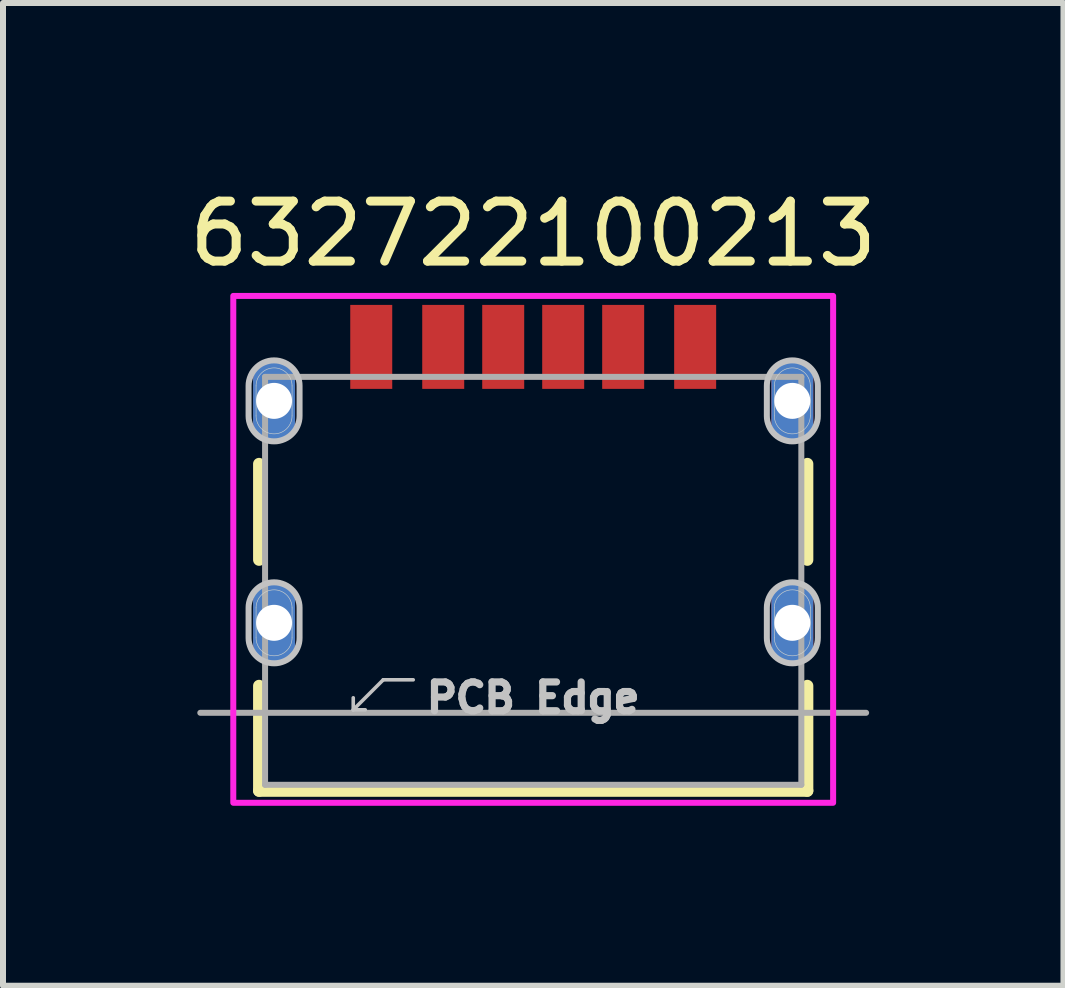
<source format=kicad_pcb>
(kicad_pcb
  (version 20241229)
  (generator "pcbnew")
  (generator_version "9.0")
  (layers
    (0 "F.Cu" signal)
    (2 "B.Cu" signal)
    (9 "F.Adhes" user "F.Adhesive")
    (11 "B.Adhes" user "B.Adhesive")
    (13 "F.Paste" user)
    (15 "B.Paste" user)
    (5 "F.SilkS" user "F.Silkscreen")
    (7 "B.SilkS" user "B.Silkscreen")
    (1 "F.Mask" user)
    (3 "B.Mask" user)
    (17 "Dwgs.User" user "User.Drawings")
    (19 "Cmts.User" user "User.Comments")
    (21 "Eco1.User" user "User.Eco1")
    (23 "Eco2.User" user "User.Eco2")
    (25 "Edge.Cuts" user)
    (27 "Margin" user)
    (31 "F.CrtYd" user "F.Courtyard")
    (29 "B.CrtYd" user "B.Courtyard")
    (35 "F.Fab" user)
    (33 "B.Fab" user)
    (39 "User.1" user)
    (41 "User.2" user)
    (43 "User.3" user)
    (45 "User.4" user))
  (footprint "632722100213"
    (layer "F.Cu")
    (at 5.839 5.483)
    (property "Reference" "632722100213" (at 0 -4.635 0) (layer "F.SilkS") (effects (font (size 1 1) (thickness 0.15))))
    (attr smd)
    (fp_poly (pts (xy -4.845 -2.1) (xy -4.845 -1.6) (xy -4.842 -1.545) (xy -4.834 -1.491) (xy -4.819 -1.438) (xy -4.8 -1.386) (xy -4.775 -1.338) (xy -4.745 -1.291) (xy -4.71 -1.249) (xy -4.671 -1.21) (xy -4.629 -1.175) (xy -4.583 -1.145) (xy -4.534 -1.12) (xy -4.482 -1.101) (xy -4.429 -1.086) (xy -4.375 -1.078) (xy -4.32 -1.075) (xy -4.265 -1.078) (xy -4.211 -1.086) (xy -4.158 -1.101) (xy -4.106 -1.12) (xy -4.058 -1.145) (xy -4.011 -1.175) (xy -3.969 -1.21) (xy -3.93 -1.249) (xy -3.895 -1.291) (xy -3.865 -1.337) (xy -3.84 -1.386) (xy -3.821 -1.438) (xy -3.806 -1.491) (xy -3.798 -1.545) (xy -3.795 -1.6) (xy -3.795 -2.1) (xy -3.798 -2.155) (xy -3.806 -2.209) (xy -3.821 -2.262) (xy -3.84 -2.314) (xy -3.865 -2.362) (xy -3.895 -2.409) (xy -3.93 -2.451) (xy -3.969 -2.49) (xy -4.011 -2.525) (xy -4.058 -2.555) (xy -4.106 -2.58) (xy -4.158 -2.599) (xy -4.211 -2.614) (xy -4.265 -2.622) (xy -4.32 -2.625) (xy -4.375 -2.622) (xy -4.429 -2.614) (xy -4.482 -2.599) (xy -4.534 -2.58) (xy -4.583 -2.555) (xy -4.629 -2.525) (xy -4.671 -2.49) (xy -4.71 -2.451) (xy -4.745 -2.409) (xy -4.775 -2.362) (xy -4.8 -2.314) (xy -4.819 -2.262) (xy -4.834 -2.209) (xy -4.842 -2.155) (xy -4.845 -2.1)) (stroke (width 0.1) (type solid)) (fill yes) (layer "F.Mask"))
    (fp_poly (pts (xy -4.845 1.6) (xy -4.845 2.1) (xy -4.842 2.155) (xy -4.834 2.209) (xy -4.819 2.262) (xy -4.8 2.314) (xy -4.775 2.363) (xy -4.745 2.409) (xy -4.71 2.451) (xy -4.671 2.49) (xy -4.629 2.525) (xy -4.583 2.555) (xy -4.534 2.58) (xy -4.482 2.599) (xy -4.429 2.614) (xy -4.375 2.622) (xy -4.32 2.625) (xy -4.265 2.622) (xy -4.211 2.614) (xy -4.158 2.599) (xy -4.106 2.58) (xy -4.058 2.555) (xy -4.011 2.525) (xy -3.969 2.49) (xy -3.93 2.451) (xy -3.895 2.409) (xy -3.865 2.363) (xy -3.84 2.314) (xy -3.821 2.262) (xy -3.806 2.209) (xy -3.798 2.155) (xy -3.795 2.1) (xy -3.795 1.6) (xy -3.798 1.545) (xy -3.806 1.491) (xy -3.821 1.438) (xy -3.84 1.386) (xy -3.865 1.338) (xy -3.895 1.291) (xy -3.93 1.249) (xy -3.969 1.21) (xy -4.011 1.175) (xy -4.058 1.145) (xy -4.106 1.12) (xy -4.158 1.101) (xy -4.211 1.086) (xy -4.265 1.078) (xy -4.32 1.075) (xy -4.375 1.078) (xy -4.429 1.086) (xy -4.482 1.101) (xy -4.534 1.12) (xy -4.583 1.145) (xy -4.629 1.175) (xy -4.671 1.21) (xy -4.71 1.249) (xy -4.745 1.291) (xy -4.775 1.338) (xy -4.8 1.386) (xy -4.819 1.438) (xy -4.834 1.491) (xy -4.842 1.545) (xy -4.845 1.6)) (stroke (width 0.1) (type solid)) (fill yes) (layer "F.Mask"))
    (fp_poly (pts (xy 3.795 -2.1) (xy 3.795 -1.6) (xy 3.798 -1.545) (xy 3.806 -1.491) (xy 3.821 -1.438) (xy 3.84 -1.386) (xy 3.865 -1.338) (xy 3.895 -1.291) (xy 3.93 -1.249) (xy 3.969 -1.21) (xy 4.011 -1.175) (xy 4.058 -1.145) (xy 4.106 -1.12) (xy 4.158 -1.101) (xy 4.211 -1.086) (xy 4.265 -1.078) (xy 4.32 -1.075) (xy 4.375 -1.078) (xy 4.429 -1.086) (xy 4.482 -1.101) (xy 4.534 -1.12) (xy 4.583 -1.145) (xy 4.629 -1.175) (xy 4.671 -1.21) (xy 4.71 -1.249) (xy 4.745 -1.291) (xy 4.775 -1.337) (xy 4.8 -1.386) (xy 4.819 -1.438) (xy 4.834 -1.491) (xy 4.842 -1.545) (xy 4.845 -1.6) (xy 4.845 -2.1) (xy 4.842 -2.155) (xy 4.834 -2.209) (xy 4.819 -2.262) (xy 4.8 -2.314) (xy 4.775 -2.362) (xy 4.745 -2.409) (xy 4.71 -2.451) (xy 4.671 -2.49) (xy 4.629 -2.525) (xy 4.583 -2.555) (xy 4.534 -2.58) (xy 4.482 -2.599) (xy 4.429 -2.614) (xy 4.375 -2.622) (xy 4.32 -2.625) (xy 4.265 -2.622) (xy 4.211 -2.614) (xy 4.158 -2.599) (xy 4.106 -2.58) (xy 4.058 -2.555) (xy 4.011 -2.525) (xy 3.969 -2.49) (xy 3.93 -2.451) (xy 3.895 -2.409) (xy 3.865 -2.362) (xy 3.84 -2.314) (xy 3.821 -2.262) (xy 3.806 -2.209) (xy 3.798 -2.155) (xy 3.795 -2.1)) (stroke (width 0.1) (type solid)) (fill yes) (layer "F.Mask"))
    (fp_poly (pts (xy 3.795 1.6) (xy 3.795 2.1) (xy 3.798 2.155) (xy 3.806 2.209) (xy 3.821 2.262) (xy 3.84 2.314) (xy 3.865 2.363) (xy 3.895 2.409) (xy 3.93 2.451) (xy 3.969 2.49) (xy 4.011 2.525) (xy 4.058 2.555) (xy 4.106 2.58) (xy 4.158 2.599) (xy 4.211 2.614) (xy 4.265 2.622) (xy 4.32 2.625) (xy 4.375 2.622) (xy 4.429 2.614) (xy 4.482 2.599) (xy 4.534 2.58) (xy 4.583 2.555) (xy 4.629 2.525) (xy 4.671 2.49) (xy 4.71 2.451) (xy 4.745 2.409) (xy 4.775 2.363) (xy 4.8 2.314) (xy 4.819 2.262) (xy 4.834 2.209) (xy 4.842 2.155) (xy 4.845 2.1) (xy 4.845 1.6) (xy 4.842 1.545) (xy 4.834 1.491) (xy 4.819 1.438) (xy 4.8 1.386) (xy 4.775 1.338) (xy 4.745 1.291) (xy 4.71 1.249) (xy 4.671 1.21) (xy 4.629 1.175) (xy 4.583 1.145) (xy 4.534 1.12) (xy 4.482 1.101) (xy 4.429 1.086) (xy 4.375 1.078) (xy 4.32 1.075) (xy 4.265 1.078) (xy 4.211 1.086) (xy 4.158 1.101) (xy 4.106 1.12) (xy 4.058 1.145) (xy 4.011 1.175) (xy 3.969 1.21) (xy 3.93 1.249) (xy 3.895 1.291) (xy 3.865 1.338) (xy 3.84 1.386) (xy 3.821 1.438) (xy 3.806 1.491) (xy 3.798 1.545) (xy 3.795 1.6)) (stroke (width 0.1) (type solid)) (fill yes) (layer "F.Mask"))
    (fp_poly (pts (xy -4.845 -2.1) (xy -4.845 -1.6) (xy -4.842 -1.545) (xy -4.834 -1.491) (xy -4.819 -1.438) (xy -4.8 -1.386) (xy -4.775 -1.338) (xy -4.745 -1.291) (xy -4.71 -1.249) (xy -4.671 -1.21) (xy -4.629 -1.175) (xy -4.583 -1.145) (xy -4.534 -1.12) (xy -4.482 -1.101) (xy -4.429 -1.086) (xy -4.375 -1.078) (xy -4.32 -1.075) (xy -4.265 -1.078) (xy -4.211 -1.086) (xy -4.158 -1.101) (xy -4.106 -1.12) (xy -4.058 -1.145) (xy -4.011 -1.175) (xy -3.969 -1.21) (xy -3.93 -1.249) (xy -3.895 -1.291) (xy -3.865 -1.337) (xy -3.84 -1.386) (xy -3.821 -1.438) (xy -3.806 -1.491) (xy -3.798 -1.545) (xy -3.795 -1.6) (xy -3.795 -2.1) (xy -3.798 -2.155) (xy -3.806 -2.209) (xy -3.821 -2.262) (xy -3.84 -2.314) (xy -3.865 -2.362) (xy -3.895 -2.409) (xy -3.93 -2.451) (xy -3.969 -2.49) (xy -4.011 -2.525) (xy -4.058 -2.555) (xy -4.106 -2.58) (xy -4.158 -2.599) (xy -4.211 -2.614) (xy -4.265 -2.622) (xy -4.32 -2.625) (xy -4.375 -2.622) (xy -4.429 -2.614) (xy -4.482 -2.599) (xy -4.534 -2.58) (xy -4.583 -2.555) (xy -4.629 -2.525) (xy -4.671 -2.49) (xy -4.71 -2.451) (xy -4.745 -2.409) (xy -4.775 -2.362) (xy -4.8 -2.314) (xy -4.819 -2.262) (xy -4.834 -2.209) (xy -4.842 -2.155) (xy -4.845 -2.1)) (stroke (width 0.1) (type solid)) (fill yes) (layer "B.Mask"))
    (fp_poly (pts (xy -4.845 1.6) (xy -4.845 2.1) (xy -4.842 2.155) (xy -4.834 2.209) (xy -4.819 2.262) (xy -4.8 2.314) (xy -4.775 2.363) (xy -4.745 2.409) (xy -4.71 2.451) (xy -4.671 2.49) (xy -4.629 2.525) (xy -4.583 2.555) (xy -4.534 2.58) (xy -4.482 2.599) (xy -4.429 2.614) (xy -4.375 2.622) (xy -4.32 2.625) (xy -4.265 2.622) (xy -4.211 2.614) (xy -4.158 2.599) (xy -4.106 2.58) (xy -4.058 2.555) (xy -4.011 2.525) (xy -3.969 2.49) (xy -3.93 2.451) (xy -3.895 2.409) (xy -3.865 2.363) (xy -3.84 2.314) (xy -3.821 2.262) (xy -3.806 2.209) (xy -3.798 2.155) (xy -3.795 2.1) (xy -3.795 1.6) (xy -3.798 1.545) (xy -3.806 1.491) (xy -3.821 1.438) (xy -3.84 1.386) (xy -3.865 1.338) (xy -3.895 1.291) (xy -3.93 1.249) (xy -3.969 1.21) (xy -4.011 1.175) (xy -4.058 1.145) (xy -4.106 1.12) (xy -4.158 1.101) (xy -4.211 1.086) (xy -4.265 1.078) (xy -4.32 1.075) (xy -4.375 1.078) (xy -4.429 1.086) (xy -4.482 1.101) (xy -4.534 1.12) (xy -4.583 1.145) (xy -4.629 1.175) (xy -4.671 1.21) (xy -4.71 1.249) (xy -4.745 1.291) (xy -4.775 1.338) (xy -4.8 1.386) (xy -4.819 1.438) (xy -4.834 1.491) (xy -4.842 1.545) (xy -4.845 1.6)) (stroke (width 0.1) (type solid)) (fill yes) (layer "B.Mask"))
    (fp_poly (pts (xy 3.795 -2.1) (xy 3.795 -1.6) (xy 3.798 -1.545) (xy 3.806 -1.491) (xy 3.821 -1.438) (xy 3.84 -1.386) (xy 3.865 -1.338) (xy 3.895 -1.291) (xy 3.93 -1.249) (xy 3.969 -1.21) (xy 4.011 -1.175) (xy 4.058 -1.145) (xy 4.106 -1.12) (xy 4.158 -1.101) (xy 4.211 -1.086) (xy 4.265 -1.078) (xy 4.32 -1.075) (xy 4.375 -1.078) (xy 4.429 -1.086) (xy 4.482 -1.101) (xy 4.534 -1.12) (xy 4.583 -1.145) (xy 4.629 -1.175) (xy 4.671 -1.21) (xy 4.71 -1.249) (xy 4.745 -1.291) (xy 4.775 -1.337) (xy 4.8 -1.386) (xy 4.819 -1.438) (xy 4.834 -1.491) (xy 4.842 -1.545) (xy 4.845 -1.6) (xy 4.845 -2.1) (xy 4.842 -2.155) (xy 4.834 -2.209) (xy 4.819 -2.262) (xy 4.8 -2.314) (xy 4.775 -2.362) (xy 4.745 -2.409) (xy 4.71 -2.451) (xy 4.671 -2.49) (xy 4.629 -2.525) (xy 4.583 -2.555) (xy 4.534 -2.58) (xy 4.482 -2.599) (xy 4.429 -2.614) (xy 4.375 -2.622) (xy 4.32 -2.625) (xy 4.265 -2.622) (xy 4.211 -2.614) (xy 4.158 -2.599) (xy 4.106 -2.58) (xy 4.058 -2.555) (xy 4.011 -2.525) (xy 3.969 -2.49) (xy 3.93 -2.451) (xy 3.895 -2.409) (xy 3.865 -2.362) (xy 3.84 -2.314) (xy 3.821 -2.262) (xy 3.806 -2.209) (xy 3.798 -2.155) (xy 3.795 -2.1)) (stroke (width 0.1) (type solid)) (fill yes) (layer "B.Mask"))
    (fp_poly (pts (xy 3.795 1.6) (xy 3.795 2.1) (xy 3.798 2.155) (xy 3.806 2.209) (xy 3.821 2.262) (xy 3.84 2.314) (xy 3.865 2.363) (xy 3.895 2.409) (xy 3.93 2.451) (xy 3.969 2.49) (xy 4.011 2.525) (xy 4.058 2.555) (xy 4.106 2.58) (xy 4.158 2.599) (xy 4.211 2.614) (xy 4.265 2.622) (xy 4.32 2.625) (xy 4.375 2.622) (xy 4.429 2.614) (xy 4.482 2.599) (xy 4.534 2.58) (xy 4.583 2.555) (xy 4.629 2.525) (xy 4.671 2.49) (xy 4.71 2.451) (xy 4.745 2.409) (xy 4.775 2.363) (xy 4.8 2.314) (xy 4.819 2.262) (xy 4.834 2.209) (xy 4.842 2.155) (xy 4.845 2.1) (xy 4.845 1.6) (xy 4.842 1.545) (xy 4.834 1.491) (xy 4.819 1.438) (xy 4.8 1.386) (xy 4.775 1.338) (xy 4.745 1.291) (xy 4.71 1.249) (xy 4.671 1.21) (xy 4.629 1.175) (xy 4.583 1.145) (xy 4.534 1.12) (xy 4.482 1.101) (xy 4.429 1.086) (xy 4.375 1.078) (xy 4.32 1.075) (xy 4.265 1.078) (xy 4.211 1.086) (xy 4.158 1.101) (xy 4.106 1.12) (xy 4.058 1.145) (xy 4.011 1.175) (xy 3.969 1.21) (xy 3.93 1.249) (xy 3.895 1.291) (xy 3.865 1.338) (xy 3.84 1.386) (xy 3.821 1.438) (xy 3.806 1.491) (xy 3.798 1.545) (xy 3.795 1.6)) (stroke (width 0.1) (type solid)) (fill yes) (layer "B.Mask"))
    (fp_line (start -4.57 -0.8) (end -4.57 0.8) (stroke (width 0.2) (type solid)) (layer "F.SilkS"))
    (fp_line (start -4.57 2.9) (end -4.57 4.65) (stroke (width 0.2) (type solid)) (layer "F.SilkS"))
    (fp_line (start -4.57 4.65) (end 4.57 4.65) (stroke (width 0.2) (type solid)) (layer "F.SilkS"))
    (fp_line (start 4.57 0.8) (end 4.57 -0.8) (stroke (width 0.2) (type solid)) (layer "F.SilkS"))
    (fp_line (start 4.57 4.65) (end 4.57 2.9) (stroke (width 0.2) (type solid)) (layer "F.SilkS"))
    (fp_line (start -3 3.3) (end -3 3.1) (stroke (width 0.06) (type solid)) (layer "Dwgs.User"))
    (fp_line (start -3 3.3) (end -2.8 3.3) (stroke (width 0.06) (type solid)) (layer "Dwgs.User"))
    (fp_line (start -2.5 2.8) (end -3 3.3) (stroke (width 0.06) (type solid)) (layer "Dwgs.User"))
    (fp_line (start -2 2.8) (end -2.5 2.8) (stroke (width 0.06) (type solid)) (layer "Dwgs.User"))
    (fp_poly (pts (xy -4.745 -2.1) (xy -4.745 -1.6) (xy -4.743 -1.556) (xy -4.736 -1.512) (xy -4.724 -1.469) (xy -4.708 -1.427) (xy -4.688 -1.387) (xy -4.664 -1.35) (xy -4.636 -1.316) (xy -4.604 -1.284) (xy -4.57 -1.256) (xy -4.533 -1.232) (xy -4.493 -1.212) (xy -4.451 -1.196) (xy -4.408 -1.184) (xy -4.364 -1.177) (xy -4.32 -1.175) (xy -4.276 -1.177) (xy -4.232 -1.184) (xy -4.189 -1.196) (xy -4.147 -1.212) (xy -4.107 -1.232) (xy -4.07 -1.256) (xy -4.036 -1.284) (xy -4.004 -1.316) (xy -3.976 -1.35) (xy -3.952 -1.387) (xy -3.932 -1.427) (xy -3.916 -1.469) (xy -3.904 -1.512) (xy -3.897 -1.556) (xy -3.895 -1.6) (xy -3.895 -2.1) (xy -3.897 -2.144) (xy -3.904 -2.188) (xy -3.916 -2.231) (xy -3.932 -2.273) (xy -3.952 -2.313) (xy -3.976 -2.35) (xy -4.004 -2.384) (xy -4.036 -2.416) (xy -4.07 -2.444) (xy -4.107 -2.468) (xy -4.147 -2.488) (xy -4.189 -2.504) (xy -4.232 -2.516) (xy -4.276 -2.523) (xy -4.32 -2.525) (xy -4.364 -2.523) (xy -4.408 -2.516) (xy -4.451 -2.504) (xy -4.493 -2.488) (xy -4.533 -2.468) (xy -4.57 -2.444) (xy -4.604 -2.416) (xy -4.636 -2.384) (xy -4.664 -2.35) (xy -4.688 -2.313) (xy -4.708 -2.273) (xy -4.724 -2.231) (xy -4.736 -2.188) (xy -4.743 -2.144) (xy -4.745 -2.1)) (stroke (width 0.1) (type solid)) (fill no) (layer "Dwgs.User"))
    (fp_poly (pts (xy -4.745 1.6) (xy -4.745 2.1) (xy -4.743 2.144) (xy -4.736 2.188) (xy -4.724 2.231) (xy -4.708 2.273) (xy -4.688 2.313) (xy -4.664 2.35) (xy -4.636 2.384) (xy -4.604 2.416) (xy -4.57 2.444) (xy -4.533 2.468) (xy -4.493 2.488) (xy -4.451 2.504) (xy -4.408 2.516) (xy -4.364 2.523) (xy -4.32 2.525) (xy -4.276 2.523) (xy -4.232 2.516) (xy -4.189 2.504) (xy -4.147 2.488) (xy -4.107 2.468) (xy -4.07 2.444) (xy -4.036 2.416) (xy -4.004 2.384) (xy -3.976 2.35) (xy -3.952 2.313) (xy -3.932 2.273) (xy -3.916 2.231) (xy -3.904 2.188) (xy -3.897 2.144) (xy -3.895 2.1) (xy -3.895 1.6) (xy -3.897 1.556) (xy -3.904 1.512) (xy -3.916 1.469) (xy -3.932 1.427) (xy -3.952 1.388) (xy -3.976 1.35) (xy -4.004 1.316) (xy -4.036 1.284) (xy -4.07 1.256) (xy -4.107 1.232) (xy -4.147 1.212) (xy -4.189 1.196) (xy -4.232 1.184) (xy -4.276 1.177) (xy -4.32 1.175) (xy -4.364 1.177) (xy -4.408 1.184) (xy -4.451 1.196) (xy -4.493 1.212) (xy -4.533 1.232) (xy -4.57 1.256) (xy -4.604 1.284) (xy -4.636 1.316) (xy -4.664 1.35) (xy -4.688 1.388) (xy -4.708 1.427) (xy -4.724 1.469) (xy -4.736 1.512) (xy -4.743 1.556) (xy -4.745 1.6)) (stroke (width 0.1) (type solid)) (fill no) (layer "Dwgs.User"))
    (fp_poly (pts (xy 3.895 -2.1) (xy 3.895 -1.6) (xy 3.897 -1.556) (xy 3.904 -1.512) (xy 3.916 -1.469) (xy 3.932 -1.427) (xy 3.952 -1.387) (xy 3.976 -1.35) (xy 4.004 -1.316) (xy 4.036 -1.284) (xy 4.07 -1.256) (xy 4.107 -1.232) (xy 4.147 -1.212) (xy 4.189 -1.196) (xy 4.232 -1.184) (xy 4.276 -1.177) (xy 4.32 -1.175) (xy 4.364 -1.177) (xy 4.408 -1.184) (xy 4.451 -1.196) (xy 4.493 -1.212) (xy 4.533 -1.232) (xy 4.57 -1.256) (xy 4.604 -1.284) (xy 4.636 -1.316) (xy 4.664 -1.35) (xy 4.688 -1.387) (xy 4.708 -1.427) (xy 4.724 -1.469) (xy 4.736 -1.512) (xy 4.743 -1.556) (xy 4.745 -1.6) (xy 4.745 -2.1) (xy 4.743 -2.144) (xy 4.736 -2.188) (xy 4.724 -2.231) (xy 4.708 -2.273) (xy 4.688 -2.313) (xy 4.664 -2.35) (xy 4.636 -2.384) (xy 4.604 -2.416) (xy 4.57 -2.444) (xy 4.533 -2.468) (xy 4.493 -2.488) (xy 4.451 -2.504) (xy 4.408 -2.516) (xy 4.364 -2.523) (xy 4.32 -2.525) (xy 4.276 -2.523) (xy 4.232 -2.516) (xy 4.189 -2.504) (xy 4.147 -2.488) (xy 4.107 -2.468) (xy 4.07 -2.444) (xy 4.036 -2.416) (xy 4.004 -2.384) (xy 3.976 -2.35) (xy 3.952 -2.313) (xy 3.932 -2.273) (xy 3.916 -2.231) (xy 3.904 -2.188) (xy 3.897 -2.144) (xy 3.895 -2.1)) (stroke (width 0.1) (type solid)) (fill no) (layer "Dwgs.User"))
    (fp_poly (pts (xy 3.895 1.6) (xy 3.895 2.1) (xy 3.897 2.144) (xy 3.904 2.188) (xy 3.916 2.231) (xy 3.932 2.273) (xy 3.952 2.313) (xy 3.976 2.35) (xy 4.004 2.384) (xy 4.036 2.416) (xy 4.07 2.444) (xy 4.107 2.468) (xy 4.147 2.488) (xy 4.189 2.504) (xy 4.232 2.516) (xy 4.276 2.523) (xy 4.32 2.525) (xy 4.364 2.523) (xy 4.408 2.516) (xy 4.451 2.504) (xy 4.493 2.488) (xy 4.533 2.468) (xy 4.57 2.444) (xy 4.604 2.416) (xy 4.636 2.384) (xy 4.664 2.35) (xy 4.688 2.313) (xy 4.708 2.273) (xy 4.724 2.231) (xy 4.736 2.188) (xy 4.743 2.144) (xy 4.745 2.1) (xy 4.745 1.6) (xy 4.743 1.556) (xy 4.736 1.512) (xy 4.724 1.469) (xy 4.708 1.427) (xy 4.688 1.388) (xy 4.664 1.35) (xy 4.636 1.316) (xy 4.604 1.284) (xy 4.57 1.256) (xy 4.533 1.232) (xy 4.493 1.212) (xy 4.451 1.196) (xy 4.408 1.184) (xy 4.364 1.177) (xy 4.32 1.175) (xy 4.276 1.177) (xy 4.232 1.184) (xy 4.189 1.196) (xy 4.147 1.212) (xy 4.107 1.232) (xy 4.07 1.256) (xy 4.036 1.284) (xy 4.004 1.316) (xy 3.976 1.35) (xy 3.952 1.388) (xy 3.932 1.427) (xy 3.916 1.469) (xy 3.904 1.512) (xy 3.897 1.556) (xy 3.895 1.6)) (stroke (width 0.1) (type solid)) (fill no) (layer "Dwgs.User"))
    (fp_line (start -4.62 -2.1) (end -4.62 -1.6) (stroke (width 0.01) (type solid)) (layer "Edge.Cuts"))
    (fp_line (start -4.62 1.6) (end -4.62 2.1) (stroke (width 0.01) (type solid)) (layer "Edge.Cuts"))
    (fp_line (start -4.02 -1.6) (end -4.02 -2.1) (stroke (width 0.01) (type solid)) (layer "Edge.Cuts"))
    (fp_line (start -4.02 2.1) (end -4.02 1.6) (stroke (width 0.01) (type solid)) (layer "Edge.Cuts"))
    (fp_line (start 4.02 -2.1) (end 4.02 -1.6) (stroke (width 0.01) (type solid)) (layer "Edge.Cuts"))
    (fp_line (start 4.02 1.6) (end 4.02 2.1) (stroke (width 0.01) (type solid)) (layer "Edge.Cuts"))
    (fp_line (start 4.62 -1.6) (end 4.62 -2.1) (stroke (width 0.01) (type solid)) (layer "Edge.Cuts"))
    (fp_line (start 4.62 2.1) (end 4.62 1.6) (stroke (width 0.01) (type solid)) (layer "Edge.Cuts"))
    (fp_arc (start -4.62 -2.1) (mid -4.32 -2.4) (end -4.02 -2.1) (stroke (width 0.01) (type solid)) (layer "Edge.Cuts"))
    (fp_arc (start -4.62 1.6) (mid -4.32 1.3) (end -4.02 1.6) (stroke (width 0.01) (type solid)) (layer "Edge.Cuts"))
    (fp_arc (start -4.02 -1.6) (mid -4.32 -1.3) (end -4.62 -1.6) (stroke (width 0.01) (type solid)) (layer "Edge.Cuts"))
    (fp_arc (start -4.02 2.1) (mid -4.32 2.4) (end -4.62 2.1) (stroke (width 0.01) (type solid)) (layer "Edge.Cuts"))
    (fp_arc (start 4.02 -2.1) (mid 4.32 -2.4) (end 4.62 -2.1) (stroke (width 0.01) (type solid)) (layer "Edge.Cuts"))
    (fp_arc (start 4.02 1.6) (mid 4.32 1.3) (end 4.62 1.6) (stroke (width 0.01) (type solid)) (layer "Edge.Cuts"))
    (fp_arc (start 4.62 -1.6) (mid 4.32 -1.3) (end 4.02 -1.6) (stroke (width 0.01) (type solid)) (layer "Edge.Cuts"))
    (fp_arc (start 4.62 2.1) (mid 4.32 2.4) (end 4.02 2.1) (stroke (width 0.01) (type solid)) (layer "Edge.Cuts"))
    (fp_poly (pts (xy -5 -3.6) (xy 5 -3.6) (xy 5 4.85) (xy -5 4.85)) (stroke (width 0.1) (type solid)) (fill no) (layer "F.CrtYd"))
    (fp_line (start -5.55 3.35) (end 5.55 3.35) (stroke (width 0.1) (type solid)) (layer "F.Fab"))
    (fp_line (start -4.47 -2.25) (end -4.47 4.55) (stroke (width 0.1) (type solid)) (layer "F.Fab"))
    (fp_line (start -4.47 4.55) (end 4.47 4.55) (stroke (width 0.1) (type solid)) (layer "F.Fab"))
    (fp_line (start 4.47 -2.25) (end -4.47 -2.25) (stroke (width 0.1) (type solid)) (layer "F.Fab"))
    (fp_line (start 4.47 4.55) (end 4.47 -2.25) (stroke (width 0.1) (type solid)) (layer "F.Fab"))
    (fp_text user "PCB Edge" (at 0 3.1 0) (layer "Dwgs.User") (effects (font (size 0.48 0.48) (thickness 0.15))))
    (pad "A5" smd rect (at -0.5 -2.75) (size 0.7 1.4) (layers "F.Cu" "F.Mask" "F.Paste"))
    (pad "A9" smd rect (at 1.5 -2.75) (size 0.7 1.4) (layers "F.Cu" "F.Mask" "F.Paste"))
    (pad "A12" smd rect (at 2.7 -2.75) (size 0.7 1.4) (layers "F.Cu" "F.Mask" "F.Paste"))
    (pad "B5" smd rect (at 0.5 -2.75) (size 0.7 1.4) (layers "F.Cu" "F.Mask" "F.Paste"))
    (pad "B9" smd rect (at -1.5 -2.75) (size 0.7 1.4) (layers "F.Cu" "F.Mask" "F.Paste"))
    (pad "B12" smd rect (at -2.7 -2.75) (size 0.7 1.4) (layers "F.Cu" "F.Mask" "F.Paste"))
    (pad "S1" thru_hole oval (at -4.32 -1.85) (size 0.7 1.4) (drill 0.6) (layers "*.Cu"))
    (pad "S2" thru_hole oval (at 4.32 -1.85) (size 0.7 1.4) (drill 0.6) (layers "*.Cu"))
    (pad "S3" thru_hole oval (at 4.32 1.85) (size 0.7 1.4) (drill 0.6) (layers "*.Cu"))
    (pad "S4" thru_hole oval (at -4.32 1.85) (size 0.7 1.4) (drill 0.6) (layers "*.Cu")))
  (gr_rect
    (start -3 -3)
    (end 14.679 13.383)
    (stroke (width 0.1) (type default))
    (fill no)
    (layer "Edge.Cuts")))
</source>
